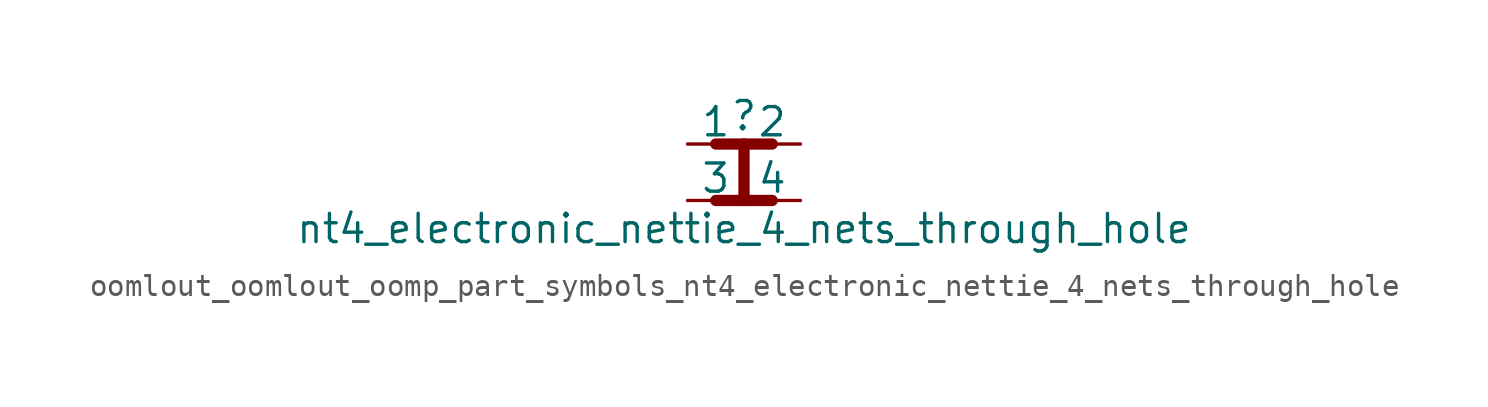
<source format=kicad_sym>
(kicad_symbol_lib
  (version 20220914)
  (generator kicad_symbol_editor)
  (symbol "oomlout_oomlout_oomp_part_symbols_nt4_electronic_nettie_4_nets_through_hole"
    (pin_numbers hide)
    (pin_names
      (offset 0))
    (property "Reference" ""
      (at 0 1.27 0)
      (effects (font (size 1.27 1.27))))
    (property "Value" "nt4_electronic_nettie_4_nets_through_hole"
      (at 0 -3.81 0)
      (effects (font (size 1.27 1.27))))
    (symbol "oomlout_oomlout_oomp_part_symbols_nt4_electronic_nettie_4_nets_through_hole_0_1"
      (polyline (pts (xy -1.27 -2.54) (xy 1.27 -2.54)) (stroke (width 0.508) (type default)) (fill (type none)))
      (polyline (pts (xy -1.27 0) (xy 1.27 0)) (stroke (width 0.508) (type default)) (fill (type none)))
      (polyline (pts (xy 0 -2.54) (xy 0 0)) (stroke (width 0.508) (type default)) (fill (type none))))
    (symbol "oomlout_oomlout_oomp_part_symbols_nt4_electronic_nettie_4_nets_through_hole_1_1"
      (pin passive line (at -2.54 0 0) (length 2.54) (name "1" (effects (font (size 1.27 1.27)))) (number "1" (effects (font (size 1.27 1.27)))))
      (pin passive line (at 2.54 0 180) (length 2.54) (name "2" (effects (font (size 1.27 1.27)))) (number "2" (effects (font (size 1.27 1.27)))))
      (pin passive line (at -2.54 -2.54 0) (length 2.54) (name "3" (effects (font (size 1.27 1.27)))) (number "3" (effects (font (size 1.27 1.27)))))
      (pin passive line (at 2.54 -2.54 180) (length 2.54) (name "4" (effects (font (size 1.27 1.27)))) (number "4" (effects (font (size 1.27 1.27))))))))
</source>
